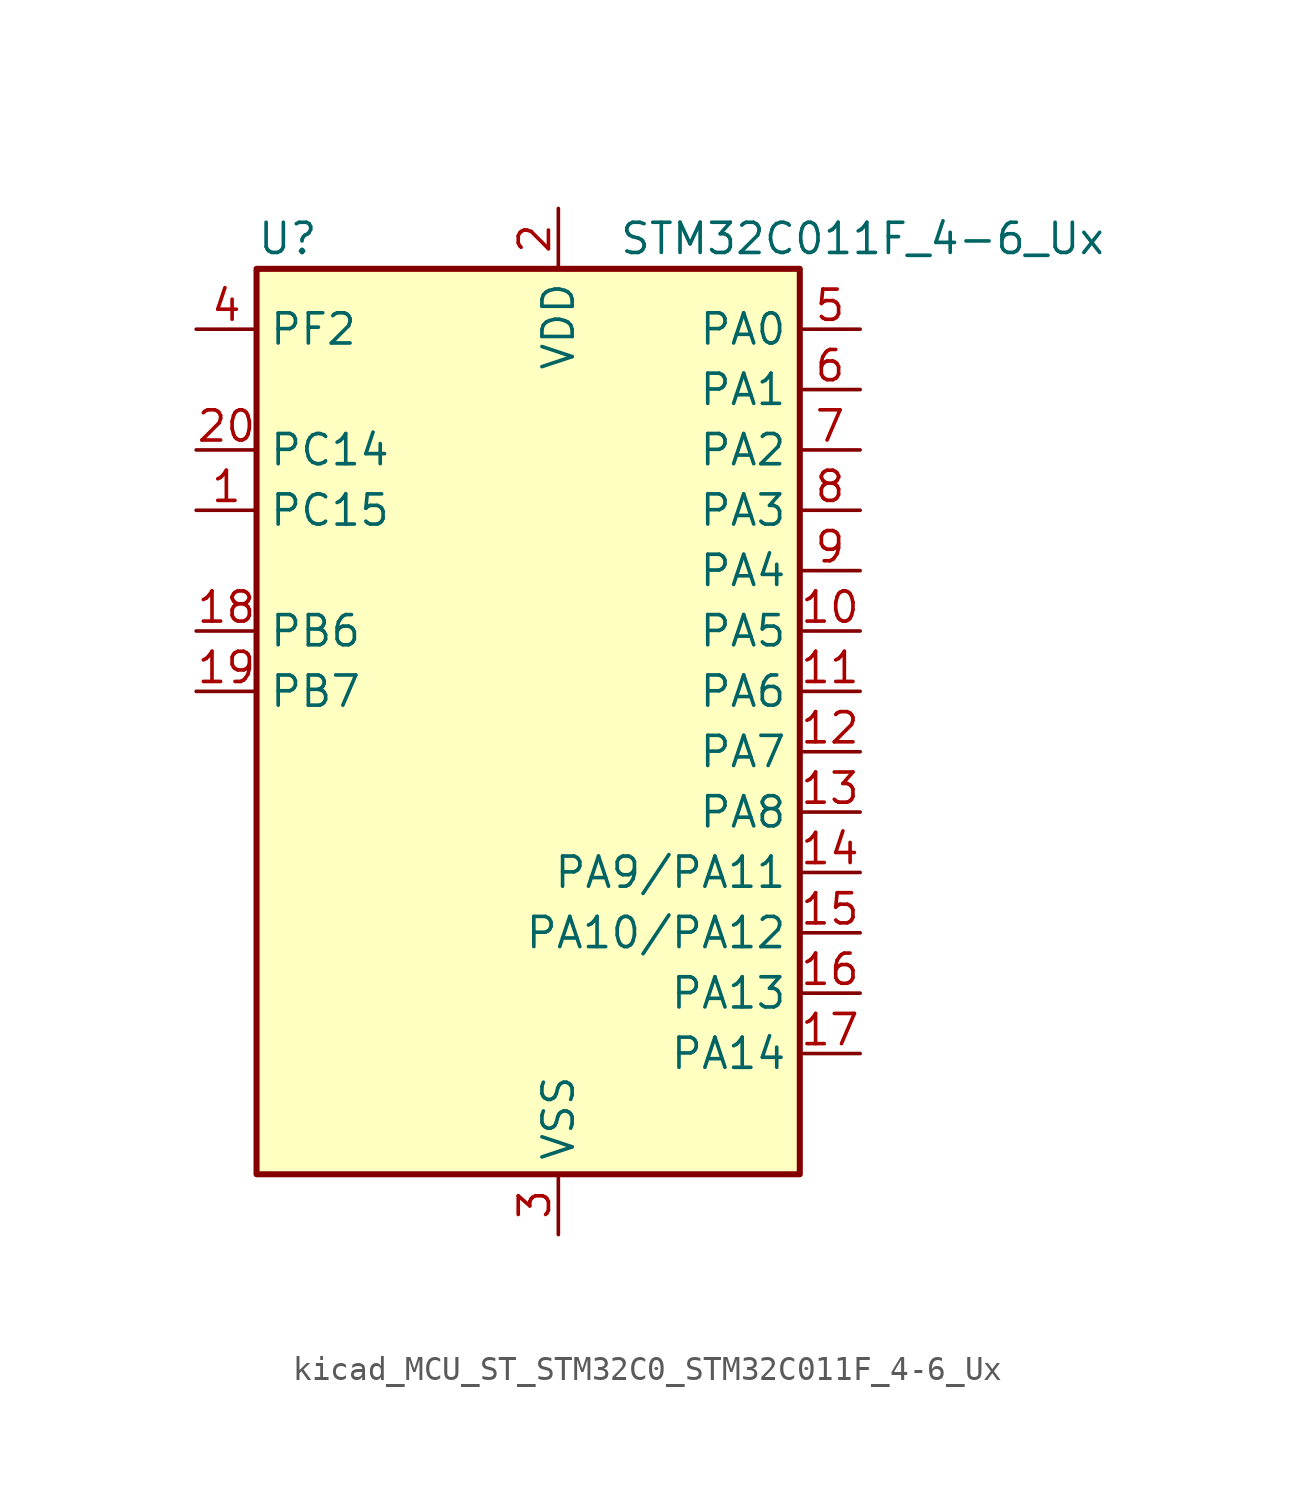
<source format=kicad_sym>
(kicad_symbol_lib
  (version 20220914)
  (generator kicad_symbol_editor)
  (symbol "kicad_MCU_ST_STM32C0_STM32C011F_4-6_Ux"
    (property "Reference" "U"
      (at -10.16 21.59 0)
      (effects (font (size 1.27 1.27)) (justify left)))
    (property "Value" "STM32C011F_4-6_Ux"
      (at 5.08 21.59 0)
      (effects (font (size 1.27 1.27)) (justify left)))
    (property "ki_locked" ""
      (at 0 0 0)
      (effects (font (size 1.27 1.27))))
    (symbol "kicad_MCU_ST_STM32C0_STM32C011F_4-6_Ux_0_1"
      (rectangle (start -10.16 -17.78) (end 12.7 20.32) (stroke (width 0.254) (type default)) (fill (type background))))
    (symbol "kicad_MCU_ST_STM32C0_STM32C011F_4-6_Ux_1_1"
      (pin bidirectional line (at -12.7 10.16 0) (length 2.54) (name "PC15" (effects (font (size 1.27 1.27)))) (number "1" (effects (font (size 1.27 1.27)))) (alternate "RCC_OSC32_EN" bidirectional line) (alternate "RCC_OSCX_OUT" bidirectional line) (alternate "RCC_OSC_EN" bidirectional line) (alternate "TIM1_ETR" bidirectional line) (alternate "TIM3_CH3" bidirectional line))
      (pin bidirectional line (at 15.24 5.08 180) (length 2.54) (name "PA5" (effects (font (size 1.27 1.27)))) (number "10" (effects (font (size 1.27 1.27)))) (alternate "ADC1_IN5" bidirectional line) (alternate "I2S1_CK" bidirectional line) (alternate "SPI1_SCK" bidirectional line) (alternate "TIM1_CH1" bidirectional line) (alternate "TIM1_CH3N" bidirectional line) (alternate "USART2_RX" bidirectional line))
      (pin bidirectional line (at 15.24 2.54 180) (length 2.54) (name "PA6" (effects (font (size 1.27 1.27)))) (number "11" (effects (font (size 1.27 1.27)))) (alternate "ADC1_IN6" bidirectional line) (alternate "I2S1_MCK" bidirectional line) (alternate "SPI1_MISO" bidirectional line) (alternate "TIM16_CH1" bidirectional line) (alternate "TIM1_BKIN" bidirectional line) (alternate "TIM3_CH1" bidirectional line))
      (pin bidirectional line (at 15.24 0 180) (length 2.54) (name "PA7" (effects (font (size 1.27 1.27)))) (number "12" (effects (font (size 1.27 1.27)))) (alternate "ADC1_IN7" bidirectional line) (alternate "I2S1_SD" bidirectional line) (alternate "SPI1_MOSI" bidirectional line) (alternate "TIM14_CH1" bidirectional line) (alternate "TIM17_CH1" bidirectional line) (alternate "TIM1_CH1N" bidirectional line) (alternate "TIM3_CH2" bidirectional line))
      (pin bidirectional line (at 15.24 -2.54 180) (length 2.54) (name "PA8" (effects (font (size 1.27 1.27)))) (number "13" (effects (font (size 1.27 1.27)))) (alternate "ADC1_IN8" bidirectional line) (alternate "I2S1_WS" bidirectional line) (alternate "RCC_MCO" bidirectional line) (alternate "RCC_MCO_2" bidirectional line) (alternate "SPI1_NSS" bidirectional line) (alternate "TIM14_CH1" bidirectional line) (alternate "TIM1_CH1" bidirectional line) (alternate "TIM1_CH2N" bidirectional line) (alternate "TIM1_CH3N" bidirectional line) (alternate "TIM3_CH3" bidirectional line) (alternate "TIM3_CH4" bidirectional line) (alternate "USART1_RX" bidirectional line) (alternate "USART2_TX" bidirectional line))
      (pin bidirectional line (at 15.24 -5.08 180) (length 2.54) (name "PA9/PA11" (effects (font (size 1.27 1.27)))) (number "14" (effects (font (size 1.27 1.27)))) (alternate "I2C1_SCL" bidirectional line) (alternate "RCC_MCO" bidirectional line) (alternate "TIM1_CH2" bidirectional line) (alternate "TIM3_ETR" bidirectional line) (alternate "USART1_TX" bidirectional line))
      (pin bidirectional line (at 15.24 -7.62 180) (length 2.54) (name "PA10/PA12" (effects (font (size 1.27 1.27)))) (number "15" (effects (font (size 1.27 1.27)))) (alternate "I2C1_SDA" bidirectional line) (alternate "RCC_MCO_2" bidirectional line) (alternate "TIM17_BKIN" bidirectional line) (alternate "TIM1_CH3" bidirectional line) (alternate "USART1_RX" bidirectional line))
      (pin bidirectional line (at 15.24 -10.16 180) (length 2.54) (name "PA13" (effects (font (size 1.27 1.27)))) (number "16" (effects (font (size 1.27 1.27)))) (alternate "ADC1_IN13" bidirectional line) (alternate "DEBUG_SWDIO" bidirectional line) (alternate "IR_OUT" bidirectional line) (alternate "TIM3_ETR" bidirectional line) (alternate "USART2_RX" bidirectional line))
      (pin bidirectional line (at 15.24 -12.7 180) (length 2.54) (name "PA14" (effects (font (size 1.27 1.27)))) (number "17" (effects (font (size 1.27 1.27)))) (alternate "ADC1_IN14" bidirectional line) (alternate "DEBUG_SWCLK" bidirectional line) (alternate "I2S1_WS" bidirectional line) (alternate "RCC_MCO_2" bidirectional line) (alternate "SPI1_NSS" bidirectional line) (alternate "TIM1_CH1" bidirectional line) (alternate "USART1_CK" bidirectional line) (alternate "USART1_DE" bidirectional line) (alternate "USART1_RTS" bidirectional line) (alternate "USART2_RX" bidirectional line) (alternate "USART2_TX" bidirectional line))
      (pin bidirectional line (at -12.7 5.08 0) (length 2.54) (name "PB6" (effects (font (size 1.27 1.27)))) (number "18" (effects (font (size 1.27 1.27)))) (alternate "I2C1_SCL" bidirectional line) (alternate "I2C1_SMBA" bidirectional line) (alternate "I2S1_CK" bidirectional line) (alternate "I2S1_MCK" bidirectional line) (alternate "I2S1_SD" bidirectional line) (alternate "PWR_WKUP3" bidirectional line) (alternate "SPI1_MISO" bidirectional line) (alternate "SPI1_MOSI" bidirectional line) (alternate "SPI1_SCK" bidirectional line) (alternate "TIM16_BKIN" bidirectional line) (alternate "TIM16_CH1N" bidirectional line) (alternate "TIM17_BKIN" bidirectional line) (alternate "TIM1_CH2" bidirectional line) (alternate "TIM1_CH3" bidirectional line) (alternate "TIM3_CH1" bidirectional line) (alternate "TIM3_CH2" bidirectional line) (alternate "TIM3_CH3" bidirectional line) (alternate "USART1_CK" bidirectional line) (alternate "USART1_CTS" bidirectional line) (alternate "USART1_DE" bidirectional line) (alternate "USART1_NSS" bidirectional line) (alternate "USART1_RTS" bidirectional line) (alternate "USART1_TX" bidirectional line))
      (pin bidirectional line (at -12.7 2.54 0) (length 2.54) (name "PB7" (effects (font (size 1.27 1.27)))) (number "19" (effects (font (size 1.27 1.27)))) (alternate "I2C1_SCL" bidirectional line) (alternate "I2C1_SDA" bidirectional line) (alternate "RTC_REFIN" bidirectional line) (alternate "TIM16_CH1" bidirectional line) (alternate "TIM17_CH1N" bidirectional line) (alternate "TIM1_CH4" bidirectional line) (alternate "TIM3_CH1" bidirectional line) (alternate "TIM3_CH4" bidirectional line) (alternate "USART1_RX" bidirectional line) (alternate "USART2_CTS" bidirectional line) (alternate "USART2_NSS" bidirectional line))
      (pin power_in line (at 2.54 22.86 270) (length 2.54) (name "VDD" (effects (font (size 1.27 1.27)))) (number "2" (effects (font (size 1.27 1.27)))))
      (pin bidirectional line (at -12.7 12.7 0) (length 2.54) (name "PC14" (effects (font (size 1.27 1.27)))) (number "20" (effects (font (size 1.27 1.27)))) (alternate "I2C1_SDA" bidirectional line) (alternate "IR_OUT" bidirectional line) (alternate "RCC_OSCX_IN" bidirectional line) (alternate "TIM17_CH1" bidirectional line) (alternate "TIM1_BKIN2" bidirectional line) (alternate "TIM1_ETR" bidirectional line) (alternate "TIM3_CH2" bidirectional line) (alternate "USART1_TX" bidirectional line) (alternate "USART2_CK" bidirectional line) (alternate "USART2_DE" bidirectional line) (alternate "USART2_RTS" bidirectional line))
      (pin power_in line (at 2.54 -20.32 90) (length 2.54) (name "VSS" (effects (font (size 1.27 1.27)))) (number "3" (effects (font (size 1.27 1.27)))))
      (pin bidirectional line (at -12.7 17.78 0) (length 2.54) (name "PF2" (effects (font (size 1.27 1.27)))) (number "4" (effects (font (size 1.27 1.27)))) (alternate "RCC_MCO" bidirectional line) (alternate "TIM1_CH4" bidirectional line))
      (pin bidirectional line (at 15.24 17.78 180) (length 2.54) (name "PA0" (effects (font (size 1.27 1.27)))) (number "5" (effects (font (size 1.27 1.27)))) (alternate "ADC1_IN0" bidirectional line) (alternate "PWR_WKUP1" bidirectional line) (alternate "TIM16_CH1" bidirectional line) (alternate "TIM1_CH1" bidirectional line) (alternate "USART1_TX" bidirectional line) (alternate "USART2_CTS" bidirectional line) (alternate "USART2_NSS" bidirectional line))
      (pin bidirectional line (at 15.24 15.24 180) (length 2.54) (name "PA1" (effects (font (size 1.27 1.27)))) (number "6" (effects (font (size 1.27 1.27)))) (alternate "ADC1_IN1" bidirectional line) (alternate "I2C1_SMBA" bidirectional line) (alternate "I2S1_CK" bidirectional line) (alternate "SPI1_SCK" bidirectional line) (alternate "TIM17_CH1" bidirectional line) (alternate "TIM1_CH2" bidirectional line) (alternate "USART1_RX" bidirectional line) (alternate "USART2_CK" bidirectional line) (alternate "USART2_DE" bidirectional line) (alternate "USART2_RTS" bidirectional line))
      (pin bidirectional line (at 15.24 12.7 180) (length 2.54) (name "PA2" (effects (font (size 1.27 1.27)))) (number "7" (effects (font (size 1.27 1.27)))) (alternate "ADC1_IN2" bidirectional line) (alternate "I2S1_SD" bidirectional line) (alternate "PWR_WKUP4" bidirectional line) (alternate "RCC_LSCO" bidirectional line) (alternate "SPI1_MOSI" bidirectional line) (alternate "TIM16_CH1N" bidirectional line) (alternate "TIM1_CH3" bidirectional line) (alternate "TIM3_ETR" bidirectional line) (alternate "USART2_TX" bidirectional line))
      (pin bidirectional line (at 15.24 10.16 180) (length 2.54) (name "PA3" (effects (font (size 1.27 1.27)))) (number "8" (effects (font (size 1.27 1.27)))) (alternate "ADC1_IN3" bidirectional line) (alternate "TIM1_CH1N" bidirectional line) (alternate "TIM1_CH4" bidirectional line) (alternate "USART2_RX" bidirectional line))
      (pin bidirectional line (at 15.24 7.62 180) (length 2.54) (name "PA4" (effects (font (size 1.27 1.27)))) (number "9" (effects (font (size 1.27 1.27)))) (alternate "ADC1_IN4" bidirectional line) (alternate "I2S1_WS" bidirectional line) (alternate "PWR_WKUP2" bidirectional line) (alternate "RTC_OUT1" bidirectional line) (alternate "RTC_TS" bidirectional line) (alternate "SPI1_NSS" bidirectional line) (alternate "TIM14_CH1" bidirectional line) (alternate "TIM17_CH1N" bidirectional line) (alternate "TIM1_CH2N" bidirectional line) (alternate "USART2_TX" bidirectional line)))))
</source>
